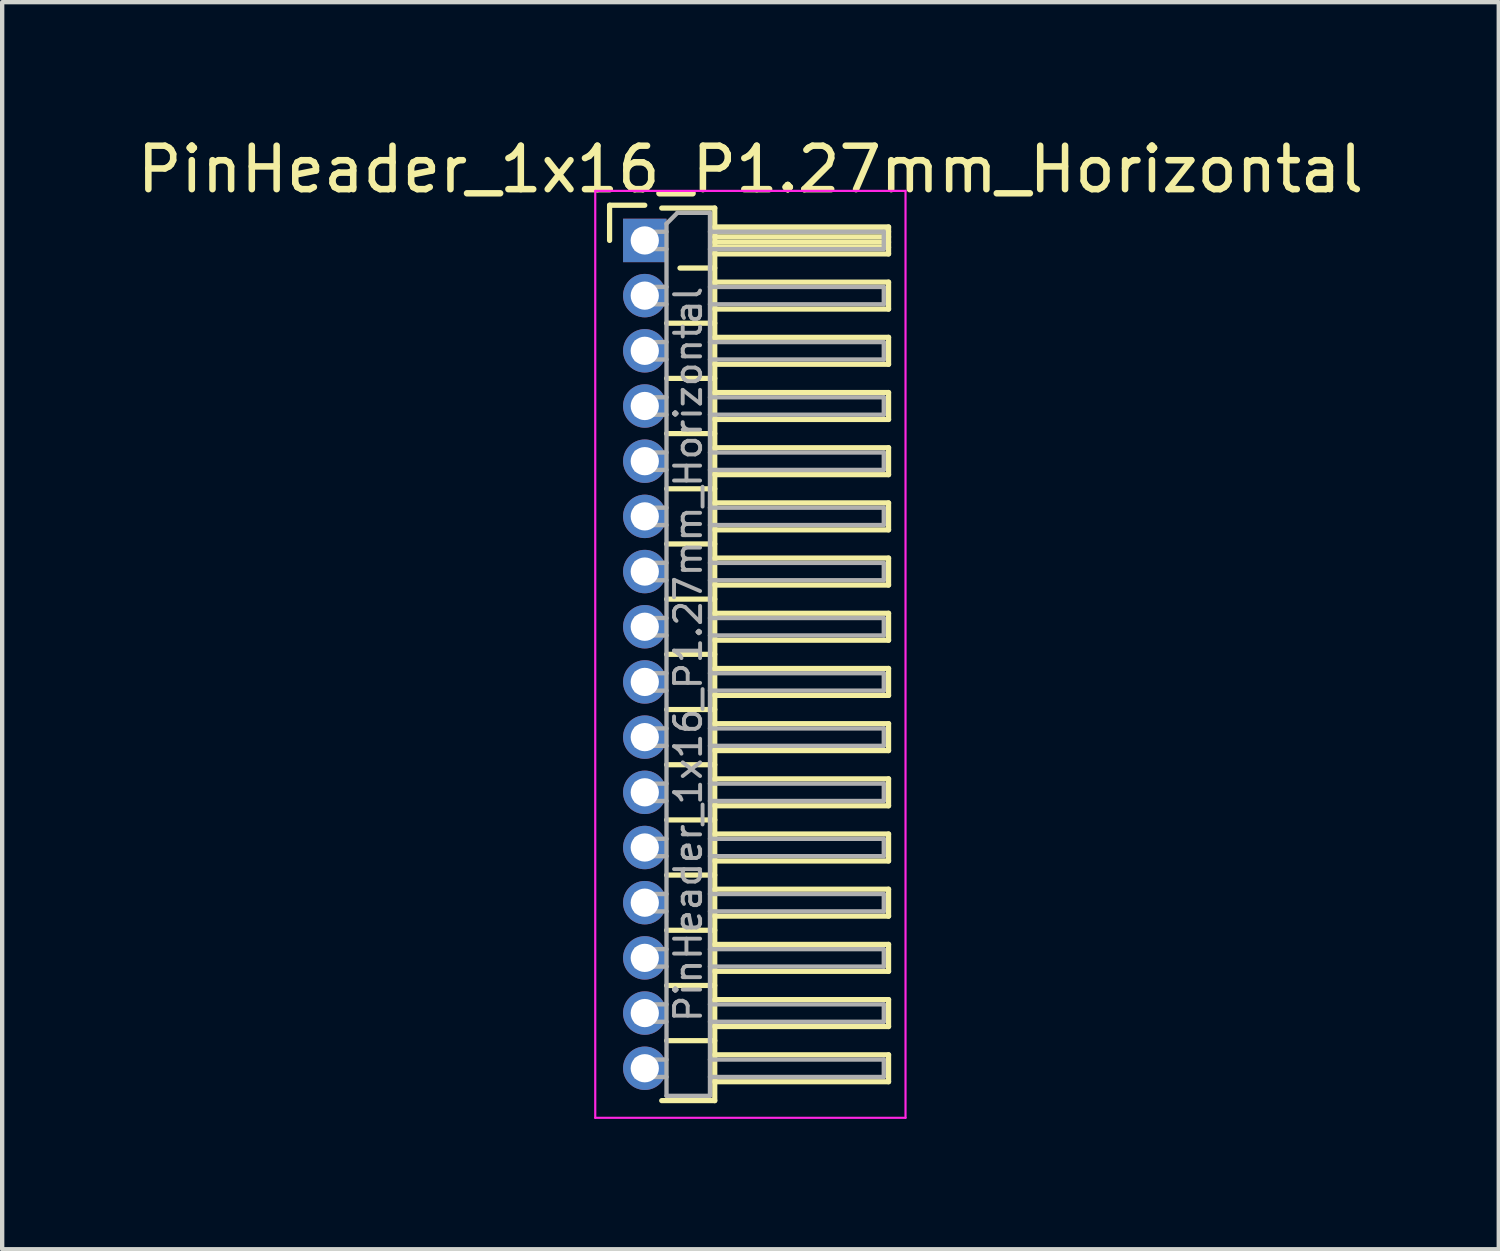
<source format=kicad_pcb>
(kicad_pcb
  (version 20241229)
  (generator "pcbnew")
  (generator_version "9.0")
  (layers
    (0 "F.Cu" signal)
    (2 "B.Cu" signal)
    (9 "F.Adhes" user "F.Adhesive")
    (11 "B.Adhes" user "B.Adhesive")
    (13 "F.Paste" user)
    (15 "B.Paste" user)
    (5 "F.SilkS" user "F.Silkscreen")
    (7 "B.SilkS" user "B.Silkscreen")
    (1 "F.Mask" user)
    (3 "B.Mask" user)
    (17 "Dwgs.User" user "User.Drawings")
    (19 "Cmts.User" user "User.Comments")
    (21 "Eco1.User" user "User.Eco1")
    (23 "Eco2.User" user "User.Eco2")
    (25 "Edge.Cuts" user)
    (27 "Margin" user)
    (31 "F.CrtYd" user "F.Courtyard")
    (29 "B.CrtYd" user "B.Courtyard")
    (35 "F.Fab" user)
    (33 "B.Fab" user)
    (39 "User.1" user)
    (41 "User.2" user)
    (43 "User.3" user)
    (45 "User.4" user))
  (footprint "PinHeader_1x16_P1.27mm_Horizontal"
    (layer "F.Cu")
    (at 11.788 2.483)
    (property "Reference" "PinHeader_1x16_P1.27mm_Horizontal" (at 2.433 -1.635 0) (layer "F.SilkS") (effects (font (size 1 1) (thickness 0.15))))
    (attr through_hole)
    (fp_line (start -0.81 -0.81) (end 0 -0.81) (stroke (width 0.12) (type solid)) (layer "F.SilkS"))
    (fp_line (start -0.81 0) (end -0.81 -0.81) (stroke (width 0.12) (type solid)) (layer "F.SilkS"))
    (fp_line (start 0.39 -0.745) (end 1.61 -0.745) (stroke (width 0.12) (type solid)) (layer "F.SilkS"))
    (fp_line (start 0.503 1.905) (end 1.61 1.905) (stroke (width 0.12) (type solid)) (layer "F.SilkS"))
    (fp_line (start 0.503 3.175) (end 1.61 3.175) (stroke (width 0.12) (type solid)) (layer "F.SilkS"))
    (fp_line (start 0.503 4.445) (end 1.61 4.445) (stroke (width 0.12) (type solid)) (layer "F.SilkS"))
    (fp_line (start 0.503 5.715) (end 1.61 5.715) (stroke (width 0.12) (type solid)) (layer "F.SilkS"))
    (fp_line (start 0.503 6.985) (end 1.61 6.985) (stroke (width 0.12) (type solid)) (layer "F.SilkS"))
    (fp_line (start 0.503 8.255) (end 1.61 8.255) (stroke (width 0.12) (type solid)) (layer "F.SilkS"))
    (fp_line (start 0.503 9.525) (end 1.61 9.525) (stroke (width 0.12) (type solid)) (layer "F.SilkS"))
    (fp_line (start 0.503 10.795) (end 1.61 10.795) (stroke (width 0.12) (type solid)) (layer "F.SilkS"))
    (fp_line (start 0.503 12.065) (end 1.61 12.065) (stroke (width 0.12) (type solid)) (layer "F.SilkS"))
    (fp_line (start 0.503 13.335) (end 1.61 13.335) (stroke (width 0.12) (type solid)) (layer "F.SilkS"))
    (fp_line (start 0.503 14.605) (end 1.61 14.605) (stroke (width 0.12) (type solid)) (layer "F.SilkS"))
    (fp_line (start 0.503 15.875) (end 1.61 15.875) (stroke (width 0.12) (type solid)) (layer "F.SilkS"))
    (fp_line (start 0.503 17.145) (end 1.61 17.145) (stroke (width 0.12) (type solid)) (layer "F.SilkS"))
    (fp_line (start 0.503 18.415) (end 1.61 18.415) (stroke (width 0.12) (type solid)) (layer "F.SilkS"))
    (fp_line (start 0.81 0.635) (end 1.61 0.635) (stroke (width 0.12) (type solid)) (layer "F.SilkS"))
    (fp_line (start 1.61 -0.745) (end 1.61 19.795) (stroke (width 0.12) (type solid)) (layer "F.SilkS"))
    (fp_line (start 1.61 -0.31) (end 5.61 -0.31) (stroke (width 0.12) (type solid)) (layer "F.SilkS"))
    (fp_line (start 1.61 -0.2) (end 5.61 -0.2) (stroke (width 0.12) (type solid)) (layer "F.SilkS"))
    (fp_line (start 1.61 -0.08) (end 5.61 -0.08) (stroke (width 0.12) (type solid)) (layer "F.SilkS"))
    (fp_line (start 1.61 0.04) (end 5.61 0.04) (stroke (width 0.12) (type solid)) (layer "F.SilkS"))
    (fp_line (start 1.61 0.16) (end 5.61 0.16) (stroke (width 0.12) (type solid)) (layer "F.SilkS"))
    (fp_line (start 1.61 0.96) (end 5.61 0.96) (stroke (width 0.12) (type solid)) (layer "F.SilkS"))
    (fp_line (start 1.61 2.23) (end 5.61 2.23) (stroke (width 0.12) (type solid)) (layer "F.SilkS"))
    (fp_line (start 1.61 3.5) (end 5.61 3.5) (stroke (width 0.12) (type solid)) (layer "F.SilkS"))
    (fp_line (start 1.61 4.77) (end 5.61 4.77) (stroke (width 0.12) (type solid)) (layer "F.SilkS"))
    (fp_line (start 1.61 6.04) (end 5.61 6.04) (stroke (width 0.12) (type solid)) (layer "F.SilkS"))
    (fp_line (start 1.61 7.31) (end 5.61 7.31) (stroke (width 0.12) (type solid)) (layer "F.SilkS"))
    (fp_line (start 1.61 8.58) (end 5.61 8.58) (stroke (width 0.12) (type solid)) (layer "F.SilkS"))
    (fp_line (start 1.61 9.85) (end 5.61 9.85) (stroke (width 0.12) (type solid)) (layer "F.SilkS"))
    (fp_line (start 1.61 11.12) (end 5.61 11.12) (stroke (width 0.12) (type solid)) (layer "F.SilkS"))
    (fp_line (start 1.61 12.39) (end 5.61 12.39) (stroke (width 0.12) (type solid)) (layer "F.SilkS"))
    (fp_line (start 1.61 13.66) (end 5.61 13.66) (stroke (width 0.12) (type solid)) (layer "F.SilkS"))
    (fp_line (start 1.61 14.93) (end 5.61 14.93) (stroke (width 0.12) (type solid)) (layer "F.SilkS"))
    (fp_line (start 1.61 16.2) (end 5.61 16.2) (stroke (width 0.12) (type solid)) (layer "F.SilkS"))
    (fp_line (start 1.61 17.47) (end 5.61 17.47) (stroke (width 0.12) (type solid)) (layer "F.SilkS"))
    (fp_line (start 1.61 18.74) (end 5.61 18.74) (stroke (width 0.12) (type solid)) (layer "F.SilkS"))
    (fp_line (start 1.61 19.795) (end 0.39 19.795) (stroke (width 0.12) (type solid)) (layer "F.SilkS"))
    (fp_line (start 5.61 -0.31) (end 5.61 0.31) (stroke (width 0.12) (type solid)) (layer "F.SilkS"))
    (fp_line (start 5.61 0.31) (end 1.61 0.31) (stroke (width 0.12) (type solid)) (layer "F.SilkS"))
    (fp_line (start 5.61 0.96) (end 5.61 1.58) (stroke (width 0.12) (type solid)) (layer "F.SilkS"))
    (fp_line (start 5.61 1.58) (end 1.61 1.58) (stroke (width 0.12) (type solid)) (layer "F.SilkS"))
    (fp_line (start 5.61 2.23) (end 5.61 2.85) (stroke (width 0.12) (type solid)) (layer "F.SilkS"))
    (fp_line (start 5.61 2.85) (end 1.61 2.85) (stroke (width 0.12) (type solid)) (layer "F.SilkS"))
    (fp_line (start 5.61 3.5) (end 5.61 4.12) (stroke (width 0.12) (type solid)) (layer "F.SilkS"))
    (fp_line (start 5.61 4.12) (end 1.61 4.12) (stroke (width 0.12) (type solid)) (layer "F.SilkS"))
    (fp_line (start 5.61 4.77) (end 5.61 5.39) (stroke (width 0.12) (type solid)) (layer "F.SilkS"))
    (fp_line (start 5.61 5.39) (end 1.61 5.39) (stroke (width 0.12) (type solid)) (layer "F.SilkS"))
    (fp_line (start 5.61 6.04) (end 5.61 6.66) (stroke (width 0.12) (type solid)) (layer "F.SilkS"))
    (fp_line (start 5.61 6.66) (end 1.61 6.66) (stroke (width 0.12) (type solid)) (layer "F.SilkS"))
    (fp_line (start 5.61 7.31) (end 5.61 7.93) (stroke (width 0.12) (type solid)) (layer "F.SilkS"))
    (fp_line (start 5.61 7.93) (end 1.61 7.93) (stroke (width 0.12) (type solid)) (layer "F.SilkS"))
    (fp_line (start 5.61 8.58) (end 5.61 9.2) (stroke (width 0.12) (type solid)) (layer "F.SilkS"))
    (fp_line (start 5.61 9.2) (end 1.61 9.2) (stroke (width 0.12) (type solid)) (layer "F.SilkS"))
    (fp_line (start 5.61 9.85) (end 5.61 10.47) (stroke (width 0.12) (type solid)) (layer "F.SilkS"))
    (fp_line (start 5.61 10.47) (end 1.61 10.47) (stroke (width 0.12) (type solid)) (layer "F.SilkS"))
    (fp_line (start 5.61 11.12) (end 5.61 11.74) (stroke (width 0.12) (type solid)) (layer "F.SilkS"))
    (fp_line (start 5.61 11.74) (end 1.61 11.74) (stroke (width 0.12) (type solid)) (layer "F.SilkS"))
    (fp_line (start 5.61 12.39) (end 5.61 13.01) (stroke (width 0.12) (type solid)) (layer "F.SilkS"))
    (fp_line (start 5.61 13.01) (end 1.61 13.01) (stroke (width 0.12) (type solid)) (layer "F.SilkS"))
    (fp_line (start 5.61 13.66) (end 5.61 14.28) (stroke (width 0.12) (type solid)) (layer "F.SilkS"))
    (fp_line (start 5.61 14.28) (end 1.61 14.28) (stroke (width 0.12) (type solid)) (layer "F.SilkS"))
    (fp_line (start 5.61 14.93) (end 5.61 15.55) (stroke (width 0.12) (type solid)) (layer "F.SilkS"))
    (fp_line (start 5.61 15.55) (end 1.61 15.55) (stroke (width 0.12) (type solid)) (layer "F.SilkS"))
    (fp_line (start 5.61 16.2) (end 5.61 16.82) (stroke (width 0.12) (type solid)) (layer "F.SilkS"))
    (fp_line (start 5.61 16.82) (end 1.61 16.82) (stroke (width 0.12) (type solid)) (layer "F.SilkS"))
    (fp_line (start 5.61 17.47) (end 5.61 18.09) (stroke (width 0.12) (type solid)) (layer "F.SilkS"))
    (fp_line (start 5.61 18.09) (end 1.61 18.09) (stroke (width 0.12) (type solid)) (layer "F.SilkS"))
    (fp_line (start 5.61 18.74) (end 5.61 19.36) (stroke (width 0.12) (type solid)) (layer "F.SilkS"))
    (fp_line (start 5.61 19.36) (end 1.61 19.36) (stroke (width 0.12) (type solid)) (layer "F.SilkS"))
    (fp_line (start -1.14 -1.14) (end -1.14 20.19) (stroke (width 0.05) (type solid)) (layer "F.CrtYd"))
    (fp_line (start -1.14 20.19) (end 6 20.19) (stroke (width 0.05) (type solid)) (layer "F.CrtYd"))
    (fp_line (start 6 -1.14) (end -1.14 -1.14) (stroke (width 0.05) (type solid)) (layer "F.CrtYd"))
    (fp_line (start 6 20.19) (end 6 -1.14) (stroke (width 0.05) (type solid)) (layer "F.CrtYd"))
    (fp_line (start -0.2 -0.2) (end -0.2 0.2) (stroke (width 0.1) (type solid)) (layer "F.Fab"))
    (fp_line (start -0.2 -0.2) (end 0.5 -0.2) (stroke (width 0.1) (type solid)) (layer "F.Fab"))
    (fp_line (start -0.2 0.2) (end 0.5 0.2) (stroke (width 0.1) (type solid)) (layer "F.Fab"))
    (fp_line (start -0.2 1.07) (end -0.2 1.47) (stroke (width 0.1) (type solid)) (layer "F.Fab"))
    (fp_line (start -0.2 1.07) (end 0.5 1.07) (stroke (width 0.1) (type solid)) (layer "F.Fab"))
    (fp_line (start -0.2 1.47) (end 0.5 1.47) (stroke (width 0.1) (type solid)) (layer "F.Fab"))
    (fp_line (start -0.2 2.34) (end -0.2 2.74) (stroke (width 0.1) (type solid)) (layer "F.Fab"))
    (fp_line (start -0.2 2.34) (end 0.5 2.34) (stroke (width 0.1) (type solid)) (layer "F.Fab"))
    (fp_line (start -0.2 2.74) (end 0.5 2.74) (stroke (width 0.1) (type solid)) (layer "F.Fab"))
    (fp_line (start -0.2 3.61) (end -0.2 4.01) (stroke (width 0.1) (type solid)) (layer "F.Fab"))
    (fp_line (start -0.2 3.61) (end 0.5 3.61) (stroke (width 0.1) (type solid)) (layer "F.Fab"))
    (fp_line (start -0.2 4.01) (end 0.5 4.01) (stroke (width 0.1) (type solid)) (layer "F.Fab"))
    (fp_line (start -0.2 4.88) (end -0.2 5.28) (stroke (width 0.1) (type solid)) (layer "F.Fab"))
    (fp_line (start -0.2 4.88) (end 0.5 4.88) (stroke (width 0.1) (type solid)) (layer "F.Fab"))
    (fp_line (start -0.2 5.28) (end 0.5 5.28) (stroke (width 0.1) (type solid)) (layer "F.Fab"))
    (fp_line (start -0.2 6.15) (end -0.2 6.55) (stroke (width 0.1) (type solid)) (layer "F.Fab"))
    (fp_line (start -0.2 6.15) (end 0.5 6.15) (stroke (width 0.1) (type solid)) (layer "F.Fab"))
    (fp_line (start -0.2 6.55) (end 0.5 6.55) (stroke (width 0.1) (type solid)) (layer "F.Fab"))
    (fp_line (start -0.2 7.42) (end -0.2 7.82) (stroke (width 0.1) (type solid)) (layer "F.Fab"))
    (fp_line (start -0.2 7.42) (end 0.5 7.42) (stroke (width 0.1) (type solid)) (layer "F.Fab"))
    (fp_line (start -0.2 7.82) (end 0.5 7.82) (stroke (width 0.1) (type solid)) (layer "F.Fab"))
    (fp_line (start -0.2 8.69) (end -0.2 9.09) (stroke (width 0.1) (type solid)) (layer "F.Fab"))
    (fp_line (start -0.2 8.69) (end 0.5 8.69) (stroke (width 0.1) (type solid)) (layer "F.Fab"))
    (fp_line (start -0.2 9.09) (end 0.5 9.09) (stroke (width 0.1) (type solid)) (layer "F.Fab"))
    (fp_line (start -0.2 9.96) (end -0.2 10.36) (stroke (width 0.1) (type solid)) (layer "F.Fab"))
    (fp_line (start -0.2 9.96) (end 0.5 9.96) (stroke (width 0.1) (type solid)) (layer "F.Fab"))
    (fp_line (start -0.2 10.36) (end 0.5 10.36) (stroke (width 0.1) (type solid)) (layer "F.Fab"))
    (fp_line (start -0.2 11.23) (end -0.2 11.63) (stroke (width 0.1) (type solid)) (layer "F.Fab"))
    (fp_line (start -0.2 11.23) (end 0.5 11.23) (stroke (width 0.1) (type solid)) (layer "F.Fab"))
    (fp_line (start -0.2 11.63) (end 0.5 11.63) (stroke (width 0.1) (type solid)) (layer "F.Fab"))
    (fp_line (start -0.2 12.5) (end -0.2 12.9) (stroke (width 0.1) (type solid)) (layer "F.Fab"))
    (fp_line (start -0.2 12.5) (end 0.5 12.5) (stroke (width 0.1) (type solid)) (layer "F.Fab"))
    (fp_line (start -0.2 12.9) (end 0.5 12.9) (stroke (width 0.1) (type solid)) (layer "F.Fab"))
    (fp_line (start -0.2 13.77) (end -0.2 14.17) (stroke (width 0.1) (type solid)) (layer "F.Fab"))
    (fp_line (start -0.2 13.77) (end 0.5 13.77) (stroke (width 0.1) (type solid)) (layer "F.Fab"))
    (fp_line (start -0.2 14.17) (end 0.5 14.17) (stroke (width 0.1) (type solid)) (layer "F.Fab"))
    (fp_line (start -0.2 15.04) (end -0.2 15.44) (stroke (width 0.1) (type solid)) (layer "F.Fab"))
    (fp_line (start -0.2 15.04) (end 0.5 15.04) (stroke (width 0.1) (type solid)) (layer "F.Fab"))
    (fp_line (start -0.2 15.44) (end 0.5 15.44) (stroke (width 0.1) (type solid)) (layer "F.Fab"))
    (fp_line (start -0.2 16.31) (end -0.2 16.71) (stroke (width 0.1) (type solid)) (layer "F.Fab"))
    (fp_line (start -0.2 16.31) (end 0.5 16.31) (stroke (width 0.1) (type solid)) (layer "F.Fab"))
    (fp_line (start -0.2 16.71) (end 0.5 16.71) (stroke (width 0.1) (type solid)) (layer "F.Fab"))
    (fp_line (start -0.2 17.58) (end -0.2 17.98) (stroke (width 0.1) (type solid)) (layer "F.Fab"))
    (fp_line (start -0.2 17.58) (end 0.5 17.58) (stroke (width 0.1) (type solid)) (layer "F.Fab"))
    (fp_line (start -0.2 17.98) (end 0.5 17.98) (stroke (width 0.1) (type solid)) (layer "F.Fab"))
    (fp_line (start -0.2 18.85) (end -0.2 19.25) (stroke (width 0.1) (type solid)) (layer "F.Fab"))
    (fp_line (start -0.2 18.85) (end 0.5 18.85) (stroke (width 0.1) (type solid)) (layer "F.Fab"))
    (fp_line (start -0.2 19.25) (end 0.5 19.25) (stroke (width 0.1) (type solid)) (layer "F.Fab"))
    (fp_line (start 0.5 -0.385) (end 0.75 -0.635) (stroke (width 0.1) (type solid)) (layer "F.Fab"))
    (fp_line (start 0.5 19.685) (end 0.5 -0.385) (stroke (width 0.1) (type solid)) (layer "F.Fab"))
    (fp_line (start 0.75 -0.635) (end 1.5 -0.635) (stroke (width 0.1) (type solid)) (layer "F.Fab"))
    (fp_line (start 1.5 -0.635) (end 1.5 19.685) (stroke (width 0.1) (type solid)) (layer "F.Fab"))
    (fp_line (start 1.5 -0.2) (end 5.5 -0.2) (stroke (width 0.1) (type solid)) (layer "F.Fab"))
    (fp_line (start 1.5 0.2) (end 5.5 0.2) (stroke (width 0.1) (type solid)) (layer "F.Fab"))
    (fp_line (start 1.5 1.07) (end 5.5 1.07) (stroke (width 0.1) (type solid)) (layer "F.Fab"))
    (fp_line (start 1.5 1.47) (end 5.5 1.47) (stroke (width 0.1) (type solid)) (layer "F.Fab"))
    (fp_line (start 1.5 2.34) (end 5.5 2.34) (stroke (width 0.1) (type solid)) (layer "F.Fab"))
    (fp_line (start 1.5 2.74) (end 5.5 2.74) (stroke (width 0.1) (type solid)) (layer "F.Fab"))
    (fp_line (start 1.5 3.61) (end 5.5 3.61) (stroke (width 0.1) (type solid)) (layer "F.Fab"))
    (fp_line (start 1.5 4.01) (end 5.5 4.01) (stroke (width 0.1) (type solid)) (layer "F.Fab"))
    (fp_line (start 1.5 4.88) (end 5.5 4.88) (stroke (width 0.1) (type solid)) (layer "F.Fab"))
    (fp_line (start 1.5 5.28) (end 5.5 5.28) (stroke (width 0.1) (type solid)) (layer "F.Fab"))
    (fp_line (start 1.5 6.15) (end 5.5 6.15) (stroke (width 0.1) (type solid)) (layer "F.Fab"))
    (fp_line (start 1.5 6.55) (end 5.5 6.55) (stroke (width 0.1) (type solid)) (layer "F.Fab"))
    (fp_line (start 1.5 7.42) (end 5.5 7.42) (stroke (width 0.1) (type solid)) (layer "F.Fab"))
    (fp_line (start 1.5 7.82) (end 5.5 7.82) (stroke (width 0.1) (type solid)) (layer "F.Fab"))
    (fp_line (start 1.5 8.69) (end 5.5 8.69) (stroke (width 0.1) (type solid)) (layer "F.Fab"))
    (fp_line (start 1.5 9.09) (end 5.5 9.09) (stroke (width 0.1) (type solid)) (layer "F.Fab"))
    (fp_line (start 1.5 9.96) (end 5.5 9.96) (stroke (width 0.1) (type solid)) (layer "F.Fab"))
    (fp_line (start 1.5 10.36) (end 5.5 10.36) (stroke (width 0.1) (type solid)) (layer "F.Fab"))
    (fp_line (start 1.5 11.23) (end 5.5 11.23) (stroke (width 0.1) (type solid)) (layer "F.Fab"))
    (fp_line (start 1.5 11.63) (end 5.5 11.63) (stroke (width 0.1) (type solid)) (layer "F.Fab"))
    (fp_line (start 1.5 12.5) (end 5.5 12.5) (stroke (width 0.1) (type solid)) (layer "F.Fab"))
    (fp_line (start 1.5 12.9) (end 5.5 12.9) (stroke (width 0.1) (type solid)) (layer "F.Fab"))
    (fp_line (start 1.5 13.77) (end 5.5 13.77) (stroke (width 0.1) (type solid)) (layer "F.Fab"))
    (fp_line (start 1.5 14.17) (end 5.5 14.17) (stroke (width 0.1) (type solid)) (layer "F.Fab"))
    (fp_line (start 1.5 15.04) (end 5.5 15.04) (stroke (width 0.1) (type solid)) (layer "F.Fab"))
    (fp_line (start 1.5 15.44) (end 5.5 15.44) (stroke (width 0.1) (type solid)) (layer "F.Fab"))
    (fp_line (start 1.5 16.31) (end 5.5 16.31) (stroke (width 0.1) (type solid)) (layer "F.Fab"))
    (fp_line (start 1.5 16.71) (end 5.5 16.71) (stroke (width 0.1) (type solid)) (layer "F.Fab"))
    (fp_line (start 1.5 17.58) (end 5.5 17.58) (stroke (width 0.1) (type solid)) (layer "F.Fab"))
    (fp_line (start 1.5 17.98) (end 5.5 17.98) (stroke (width 0.1) (type solid)) (layer "F.Fab"))
    (fp_line (start 1.5 18.85) (end 5.5 18.85) (stroke (width 0.1) (type solid)) (layer "F.Fab"))
    (fp_line (start 1.5 19.25) (end 5.5 19.25) (stroke (width 0.1) (type solid)) (layer "F.Fab"))
    (fp_line (start 1.5 19.685) (end 0.5 19.685) (stroke (width 0.1) (type solid)) (layer "F.Fab"))
    (fp_line (start 5.5 -0.2) (end 5.5 0.2) (stroke (width 0.1) (type solid)) (layer "F.Fab"))
    (fp_line (start 5.5 1.07) (end 5.5 1.47) (stroke (width 0.1) (type solid)) (layer "F.Fab"))
    (fp_line (start 5.5 2.34) (end 5.5 2.74) (stroke (width 0.1) (type solid)) (layer "F.Fab"))
    (fp_line (start 5.5 3.61) (end 5.5 4.01) (stroke (width 0.1) (type solid)) (layer "F.Fab"))
    (fp_line (start 5.5 4.88) (end 5.5 5.28) (stroke (width 0.1) (type solid)) (layer "F.Fab"))
    (fp_line (start 5.5 6.15) (end 5.5 6.55) (stroke (width 0.1) (type solid)) (layer "F.Fab"))
    (fp_line (start 5.5 7.42) (end 5.5 7.82) (stroke (width 0.1) (type solid)) (layer "F.Fab"))
    (fp_line (start 5.5 8.69) (end 5.5 9.09) (stroke (width 0.1) (type solid)) (layer "F.Fab"))
    (fp_line (start 5.5 9.96) (end 5.5 10.36) (stroke (width 0.1) (type solid)) (layer "F.Fab"))
    (fp_line (start 5.5 11.23) (end 5.5 11.63) (stroke (width 0.1) (type solid)) (layer "F.Fab"))
    (fp_line (start 5.5 12.5) (end 5.5 12.9) (stroke (width 0.1) (type solid)) (layer "F.Fab"))
    (fp_line (start 5.5 13.77) (end 5.5 14.17) (stroke (width 0.1) (type solid)) (layer "F.Fab"))
    (fp_line (start 5.5 15.04) (end 5.5 15.44) (stroke (width 0.1) (type solid)) (layer "F.Fab"))
    (fp_line (start 5.5 16.31) (end 5.5 16.71) (stroke (width 0.1) (type solid)) (layer "F.Fab"))
    (fp_line (start 5.5 17.58) (end 5.5 17.98) (stroke (width 0.1) (type solid)) (layer "F.Fab"))
    (fp_line (start 5.5 18.85) (end 5.5 19.25) (stroke (width 0.1) (type solid)) (layer "F.Fab"))
    (fp_text user "${REFERENCE}" (at 1 9.525 90) (layer "F.Fab") (effects (font (size 0.6 0.6) (thickness 0.09))))
    (pad "1" thru_hole rect (at 0 0) (size 1 1) (drill 0.65) (layers "*.Cu" "*.Mask"))
    (pad "2" thru_hole circle (at 0 1.27) (size 1 1) (drill 0.65) (layers "*.Cu" "*.Mask"))
    (pad "3" thru_hole circle (at 0 2.54) (size 1 1) (drill 0.65) (layers "*.Cu" "*.Mask"))
    (pad "4" thru_hole circle (at 0 3.81) (size 1 1) (drill 0.65) (layers "*.Cu" "*.Mask"))
    (pad "5" thru_hole circle (at 0 5.08) (size 1 1) (drill 0.65) (layers "*.Cu" "*.Mask"))
    (pad "6" thru_hole circle (at 0 6.35) (size 1 1) (drill 0.65) (layers "*.Cu" "*.Mask"))
    (pad "7" thru_hole circle (at 0 7.62) (size 1 1) (drill 0.65) (layers "*.Cu" "*.Mask"))
    (pad "8" thru_hole circle (at 0 8.89) (size 1 1) (drill 0.65) (layers "*.Cu" "*.Mask"))
    (pad "9" thru_hole circle (at 0 10.16) (size 1 1) (drill 0.65) (layers "*.Cu" "*.Mask"))
    (pad "10" thru_hole circle (at 0 11.43) (size 1 1) (drill 0.65) (layers "*.Cu" "*.Mask"))
    (pad "11" thru_hole circle (at 0 12.7) (size 1 1) (drill 0.65) (layers "*.Cu" "*.Mask"))
    (pad "12" thru_hole circle (at 0 13.97) (size 1 1) (drill 0.65) (layers "*.Cu" "*.Mask"))
    (pad "13" thru_hole circle (at 0 15.24) (size 1 1) (drill 0.65) (layers "*.Cu" "*.Mask"))
    (pad "14" thru_hole circle (at 0 16.51) (size 1 1) (drill 0.65) (layers "*.Cu" "*.Mask"))
    (pad "15" thru_hole circle (at 0 17.78) (size 1 1) (drill 0.65) (layers "*.Cu" "*.Mask"))
    (pad "16" thru_hole circle (at 0 19.05) (size 1 1) (drill 0.65) (layers "*.Cu" "*.Mask")))
  (gr_rect
    (start -3 -3)
    (end 31.44 25.698)
    (stroke (width 0.1) (type default))
    (fill no)
    (layer "Edge.Cuts")))
</source>
